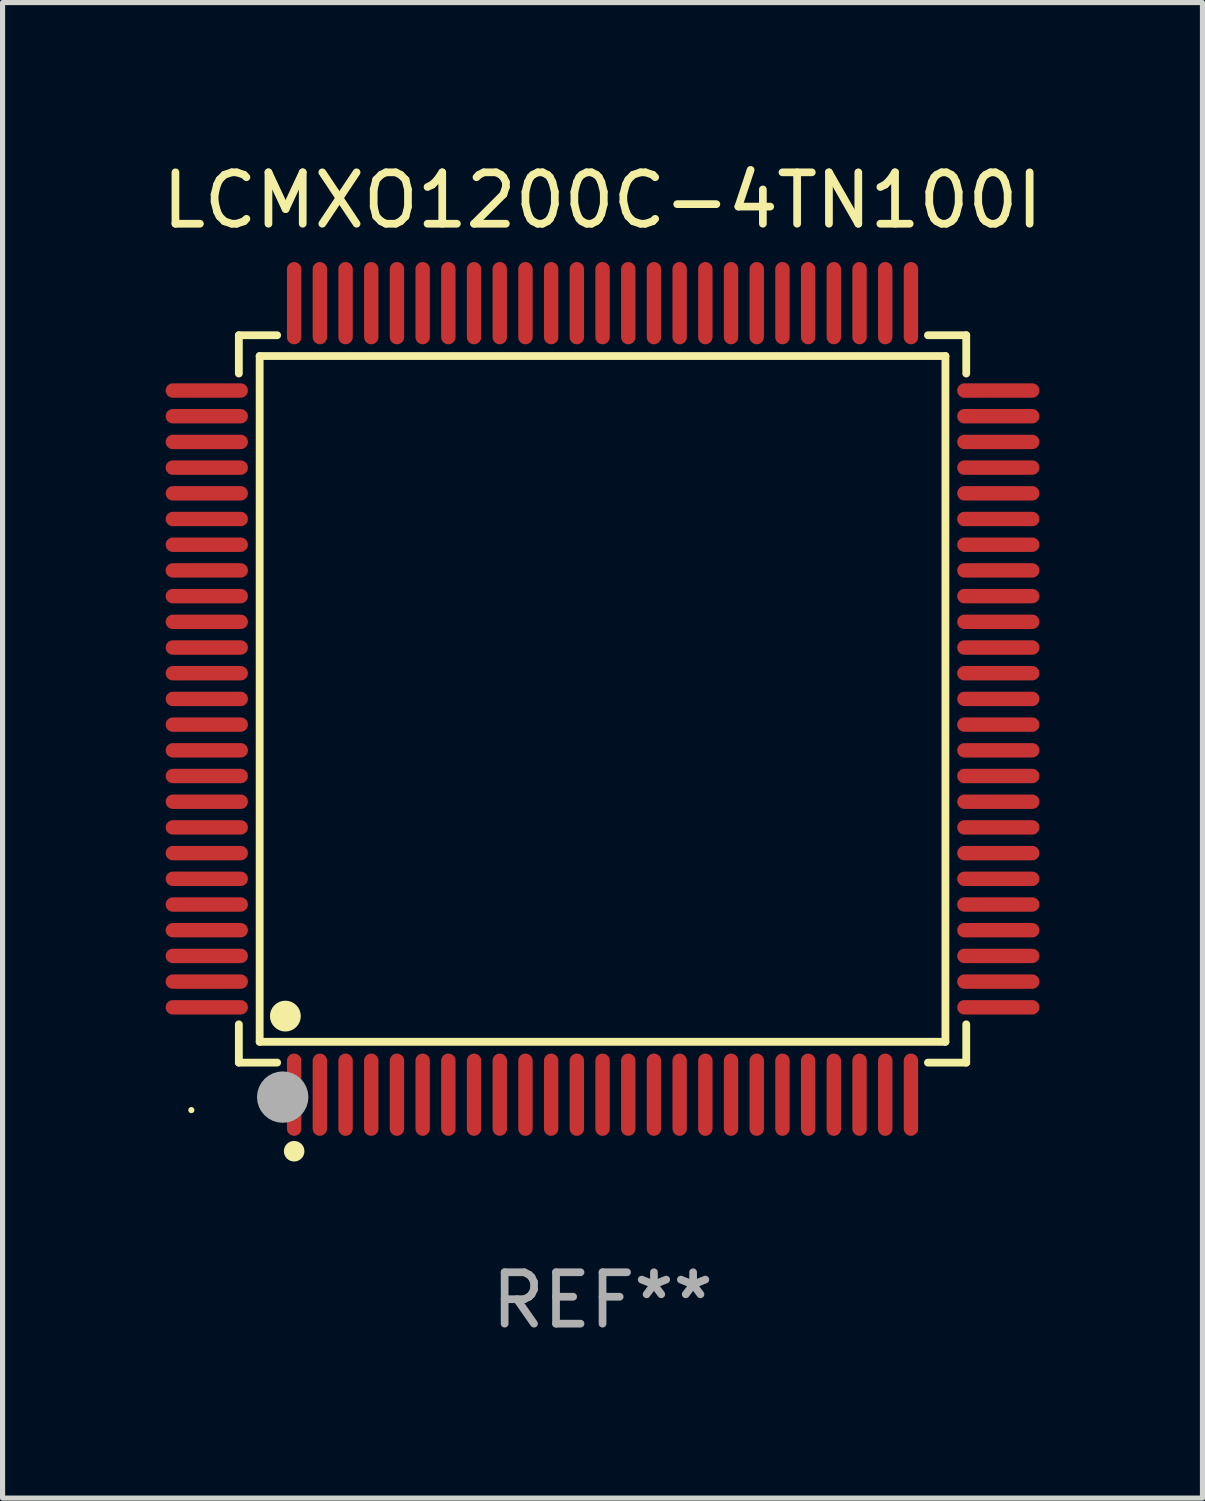
<source format=kicad_pcb>
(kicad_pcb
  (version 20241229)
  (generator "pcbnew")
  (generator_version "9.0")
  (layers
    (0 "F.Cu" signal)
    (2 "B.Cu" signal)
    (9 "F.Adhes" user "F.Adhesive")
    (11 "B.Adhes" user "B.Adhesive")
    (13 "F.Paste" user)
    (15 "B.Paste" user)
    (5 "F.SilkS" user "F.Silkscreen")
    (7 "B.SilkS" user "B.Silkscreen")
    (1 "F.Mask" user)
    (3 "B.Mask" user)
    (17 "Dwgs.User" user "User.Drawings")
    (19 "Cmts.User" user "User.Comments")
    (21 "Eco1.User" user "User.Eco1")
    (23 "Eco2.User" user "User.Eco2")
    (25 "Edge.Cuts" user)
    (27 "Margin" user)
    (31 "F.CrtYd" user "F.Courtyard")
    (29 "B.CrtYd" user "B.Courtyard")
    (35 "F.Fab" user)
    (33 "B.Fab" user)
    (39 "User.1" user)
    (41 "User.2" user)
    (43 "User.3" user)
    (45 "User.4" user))
  (footprint "LCMXO1200C-4TN100I"
    (layer "F.Cu")
    (at 8.673 10.548)
    (property "Reference" "LCMXO1200C-4TN100I" (at 0 -9.7 0) (layer "F.SilkS") (effects (font (size 1 1) (thickness 0.15))))
    (attr through_hole)
    (fp_line (start -7.076 -7.076) (end -6.331 -7.076) (stroke (width 0.152) (type solid)) (layer "F.SilkS"))
    (fp_line (start -7.076 -6.331) (end -7.076 -7.076) (stroke (width 0.152) (type solid)) (layer "F.SilkS"))
    (fp_line (start -7.076 6.331) (end -7.076 7.076) (stroke (width 0.152) (type solid)) (layer "F.SilkS"))
    (fp_line (start -7.076 7.076) (end -6.331 7.076) (stroke (width 0.152) (type solid)) (layer "F.SilkS"))
    (fp_line (start -6.671 -6.671) (end 6.671 -6.671) (stroke (width 0.152) (type solid)) (layer "F.SilkS"))
    (fp_line (start -6.671 6.671) (end -6.671 -6.671) (stroke (width 0.152) (type solid)) (layer "F.SilkS"))
    (fp_line (start 6.671 -6.671) (end 6.671 6.671) (stroke (width 0.152) (type solid)) (layer "F.SilkS"))
    (fp_line (start 6.671 6.671) (end -6.671 6.671) (stroke (width 0.152) (type solid)) (layer "F.SilkS"))
    (fp_line (start 7.076 -7.076) (end 6.331 -7.076) (stroke (width 0.152) (type solid)) (layer "F.SilkS"))
    (fp_line (start 7.076 -6.331) (end 7.076 -7.076) (stroke (width 0.152) (type solid)) (layer "F.SilkS"))
    (fp_line (start 7.076 6.331) (end 7.076 7.076) (stroke (width 0.152) (type solid)) (layer "F.SilkS"))
    (fp_line (start 7.076 7.076) (end 6.331 7.076) (stroke (width 0.152) (type solid)) (layer "F.SilkS"))
    (fp_circle (center -8 8) (end -7.97 8) (stroke (width 0.06) (type solid)) (fill no) (layer "F.SilkS"))
    (fp_circle (center -6.171 6.171) (end -6.021 6.171) (stroke (width 0.3) (type solid)) (fill no) (layer "F.SilkS"))
    (fp_circle (center -6 8.8) (end -5.9 8.8) (stroke (width 0.2) (type solid)) (fill no) (layer "F.SilkS"))
    (fp_circle (center -6.223 7.747) (end -5.973 7.747) (stroke (width 0.5) (type solid)) (fill no) (layer "F.Fab"))
    (fp_text user "REF**" (at 0 11.7 0) (layer "F.Fab") (effects (font (size 1 1) (thickness 0.15))))
    (pad "1" smd oval (at -6 7.7) (size 0.28 1.6) (layers "F.Cu" "F.Mask" "F.Paste"))
    (pad "2" smd oval (at -5.5 7.7) (size 0.28 1.6) (layers "F.Cu" "F.Mask" "F.Paste"))
    (pad "3" smd oval (at -5 7.7) (size 0.28 1.6) (layers "F.Cu" "F.Mask" "F.Paste"))
    (pad "4" smd oval (at -4.5 7.7) (size 0.28 1.6) (layers "F.Cu" "F.Mask" "F.Paste"))
    (pad "5" smd oval (at -4 7.7) (size 0.28 1.6) (layers "F.Cu" "F.Mask" "F.Paste"))
    (pad "6" smd oval (at -3.5 7.7) (size 0.28 1.6) (layers "F.Cu" "F.Mask" "F.Paste"))
    (pad "7" smd oval (at -3 7.7) (size 0.28 1.6) (layers "F.Cu" "F.Mask" "F.Paste"))
    (pad "8" smd oval (at -2.5 7.7) (size 0.28 1.6) (layers "F.Cu" "F.Mask" "F.Paste"))
    (pad "9" smd oval (at -2 7.7) (size 0.28 1.6) (layers "F.Cu" "F.Mask" "F.Paste"))
    (pad "10" smd oval (at -1.5 7.7) (size 0.28 1.6) (layers "F.Cu" "F.Mask" "F.Paste"))
    (pad "11" smd oval (at -1 7.7) (size 0.28 1.6) (layers "F.Cu" "F.Mask" "F.Paste"))
    (pad "12" smd oval (at -0.5 7.7) (size 0.28 1.6) (layers "F.Cu" "F.Mask" "F.Paste"))
    (pad "13" smd oval (at 0 7.7) (size 0.28 1.6) (layers "F.Cu" "F.Mask" "F.Paste"))
    (pad "14" smd oval (at 0.5 7.7) (size 0.28 1.6) (layers "F.Cu" "F.Mask" "F.Paste"))
    (pad "15" smd oval (at 1 7.7) (size 0.28 1.6) (layers "F.Cu" "F.Mask" "F.Paste"))
    (pad "16" smd oval (at 1.5 7.7) (size 0.28 1.6) (layers "F.Cu" "F.Mask" "F.Paste"))
    (pad "17" smd oval (at 2 7.7) (size 0.28 1.6) (layers "F.Cu" "F.Mask" "F.Paste"))
    (pad "18" smd oval (at 2.5 7.7) (size 0.28 1.6) (layers "F.Cu" "F.Mask" "F.Paste"))
    (pad "19" smd oval (at 3 7.7) (size 0.28 1.6) (layers "F.Cu" "F.Mask" "F.Paste"))
    (pad "20" smd oval (at 3.5 7.7) (size 0.28 1.6) (layers "F.Cu" "F.Mask" "F.Paste"))
    (pad "21" smd oval (at 4 7.7) (size 0.28 1.6) (layers "F.Cu" "F.Mask" "F.Paste"))
    (pad "22" smd oval (at 4.5 7.7) (size 0.28 1.6) (layers "F.Cu" "F.Mask" "F.Paste"))
    (pad "23" smd oval (at 5 7.7) (size 0.28 1.6) (layers "F.Cu" "F.Mask" "F.Paste"))
    (pad "24" smd oval (at 5.5 7.7) (size 0.28 1.6) (layers "F.Cu" "F.Mask" "F.Paste"))
    (pad "25" smd oval (at 6 7.7) (size 0.28 1.6) (layers "F.Cu" "F.Mask" "F.Paste"))
    (pad "26" smd oval (at 7.7 6) (size 1.6 0.28) (layers "F.Cu" "F.Mask" "F.Paste"))
    (pad "27" smd oval (at 7.7 5.5) (size 1.6 0.28) (layers "F.Cu" "F.Mask" "F.Paste"))
    (pad "28" smd oval (at 7.7 5) (size 1.6 0.28) (layers "F.Cu" "F.Mask" "F.Paste"))
    (pad "29" smd oval (at 7.7 4.5) (size 1.6 0.28) (layers "F.Cu" "F.Mask" "F.Paste"))
    (pad "30" smd oval (at 7.7 4) (size 1.6 0.28) (layers "F.Cu" "F.Mask" "F.Paste"))
    (pad "31" smd oval (at 7.7 3.5) (size 1.6 0.28) (layers "F.Cu" "F.Mask" "F.Paste"))
    (pad "32" smd oval (at 7.7 3) (size 1.6 0.28) (layers "F.Cu" "F.Mask" "F.Paste"))
    (pad "33" smd oval (at 7.7 2.5) (size 1.6 0.28) (layers "F.Cu" "F.Mask" "F.Paste"))
    (pad "34" smd oval (at 7.7 2) (size 1.6 0.28) (layers "F.Cu" "F.Mask" "F.Paste"))
    (pad "35" smd oval (at 7.7 1.5) (size 1.6 0.28) (layers "F.Cu" "F.Mask" "F.Paste"))
    (pad "36" smd oval (at 7.7 1) (size 1.6 0.28) (layers "F.Cu" "F.Mask" "F.Paste"))
    (pad "37" smd oval (at 7.7 0.5) (size 1.6 0.28) (layers "F.Cu" "F.Mask" "F.Paste"))
    (pad "38" smd oval (at 7.7 0) (size 1.6 0.28) (layers "F.Cu" "F.Mask" "F.Paste"))
    (pad "39" smd oval (at 7.7 -0.5) (size 1.6 0.28) (layers "F.Cu" "F.Mask" "F.Paste"))
    (pad "40" smd oval (at 7.7 -1) (size 1.6 0.28) (layers "F.Cu" "F.Mask" "F.Paste"))
    (pad "41" smd oval (at 7.7 -1.5) (size 1.6 0.28) (layers "F.Cu" "F.Mask" "F.Paste"))
    (pad "42" smd oval (at 7.7 -2) (size 1.6 0.28) (layers "F.Cu" "F.Mask" "F.Paste"))
    (pad "43" smd oval (at 7.7 -2.5) (size 1.6 0.28) (layers "F.Cu" "F.Mask" "F.Paste"))
    (pad "44" smd oval (at 7.7 -3) (size 1.6 0.28) (layers "F.Cu" "F.Mask" "F.Paste"))
    (pad "45" smd oval (at 7.7 -3.5) (size 1.6 0.28) (layers "F.Cu" "F.Mask" "F.Paste"))
    (pad "46" smd oval (at 7.7 -4) (size 1.6 0.28) (layers "F.Cu" "F.Mask" "F.Paste"))
    (pad "47" smd oval (at 7.7 -4.5) (size 1.6 0.28) (layers "F.Cu" "F.Mask" "F.Paste"))
    (pad "48" smd oval (at 7.7 -5) (size 1.6 0.28) (layers "F.Cu" "F.Mask" "F.Paste"))
    (pad "49" smd oval (at 7.7 -5.5) (size 1.6 0.28) (layers "F.Cu" "F.Mask" "F.Paste"))
    (pad "50" smd oval (at 7.7 -6) (size 1.6 0.28) (layers "F.Cu" "F.Mask" "F.Paste"))
    (pad "51" smd oval (at 6 -7.7) (size 0.28 1.6) (layers "F.Cu" "F.Mask" "F.Paste"))
    (pad "52" smd oval (at 5.5 -7.7) (size 0.28 1.6) (layers "F.Cu" "F.Mask" "F.Paste"))
    (pad "53" smd oval (at 5 -7.7) (size 0.28 1.6) (layers "F.Cu" "F.Mask" "F.Paste"))
    (pad "54" smd oval (at 4.5 -7.7) (size 0.28 1.6) (layers "F.Cu" "F.Mask" "F.Paste"))
    (pad "55" smd oval (at 4 -7.7) (size 0.28 1.6) (layers "F.Cu" "F.Mask" "F.Paste"))
    (pad "56" smd oval (at 3.5 -7.7) (size 0.28 1.6) (layers "F.Cu" "F.Mask" "F.Paste"))
    (pad "57" smd oval (at 3 -7.7) (size 0.28 1.6) (layers "F.Cu" "F.Mask" "F.Paste"))
    (pad "58" smd oval (at 2.5 -7.7) (size 0.28 1.6) (layers "F.Cu" "F.Mask" "F.Paste"))
    (pad "59" smd oval (at 2 -7.7) (size 0.28 1.6) (layers "F.Cu" "F.Mask" "F.Paste"))
    (pad "60" smd oval (at 1.5 -7.7) (size 0.28 1.6) (layers "F.Cu" "F.Mask" "F.Paste"))
    (pad "61" smd oval (at 1 -7.7) (size 0.28 1.6) (layers "F.Cu" "F.Mask" "F.Paste"))
    (pad "62" smd oval (at 0.5 -7.7) (size 0.28 1.6) (layers "F.Cu" "F.Mask" "F.Paste"))
    (pad "63" smd oval (at 0 -7.7) (size 0.28 1.6) (layers "F.Cu" "F.Mask" "F.Paste"))
    (pad "64" smd oval (at -0.5 -7.7) (size 0.28 1.6) (layers "F.Cu" "F.Mask" "F.Paste"))
    (pad "65" smd oval (at -1 -7.7) (size 0.28 1.6) (layers "F.Cu" "F.Mask" "F.Paste"))
    (pad "66" smd oval (at -1.5 -7.7) (size 0.28 1.6) (layers "F.Cu" "F.Mask" "F.Paste"))
    (pad "67" smd oval (at -2 -7.7) (size 0.28 1.6) (layers "F.Cu" "F.Mask" "F.Paste"))
    (pad "68" smd oval (at -2.5 -7.7) (size 0.28 1.6) (layers "F.Cu" "F.Mask" "F.Paste"))
    (pad "69" smd oval (at -3 -7.7) (size 0.28 1.6) (layers "F.Cu" "F.Mask" "F.Paste"))
    (pad "70" smd oval (at -3.5 -7.7) (size 0.28 1.6) (layers "F.Cu" "F.Mask" "F.Paste"))
    (pad "71" smd oval (at -4 -7.7) (size 0.28 1.6) (layers "F.Cu" "F.Mask" "F.Paste"))
    (pad "72" smd oval (at -4.5 -7.7) (size 0.28 1.6) (layers "F.Cu" "F.Mask" "F.Paste"))
    (pad "73" smd oval (at -5 -7.7) (size 0.28 1.6) (layers "F.Cu" "F.Mask" "F.Paste"))
    (pad "74" smd oval (at -5.5 -7.7) (size 0.28 1.6) (layers "F.Cu" "F.Mask" "F.Paste"))
    (pad "75" smd oval (at -6 -7.7) (size 0.28 1.6) (layers "F.Cu" "F.Mask" "F.Paste"))
    (pad "76" smd oval (at -7.7 -6) (size 1.6 0.28) (layers "F.Cu" "F.Mask" "F.Paste"))
    (pad "77" smd oval (at -7.7 -5.5) (size 1.6 0.28) (layers "F.Cu" "F.Mask" "F.Paste"))
    (pad "78" smd oval (at -7.7 -5) (size 1.6 0.28) (layers "F.Cu" "F.Mask" "F.Paste"))
    (pad "79" smd oval (at -7.7 -4.5) (size 1.6 0.28) (layers "F.Cu" "F.Mask" "F.Paste"))
    (pad "80" smd oval (at -7.7 -4) (size 1.6 0.28) (layers "F.Cu" "F.Mask" "F.Paste"))
    (pad "81" smd oval (at -7.7 -3.5) (size 1.6 0.28) (layers "F.Cu" "F.Mask" "F.Paste"))
    (pad "82" smd oval (at -7.7 -3) (size 1.6 0.28) (layers "F.Cu" "F.Mask" "F.Paste"))
    (pad "83" smd oval (at -7.7 -2.5) (size 1.6 0.28) (layers "F.Cu" "F.Mask" "F.Paste"))
    (pad "84" smd oval (at -7.7 -2) (size 1.6 0.28) (layers "F.Cu" "F.Mask" "F.Paste"))
    (pad "85" smd oval (at -7.7 -1.5) (size 1.6 0.28) (layers "F.Cu" "F.Mask" "F.Paste"))
    (pad "86" smd oval (at -7.7 -1) (size 1.6 0.28) (layers "F.Cu" "F.Mask" "F.Paste"))
    (pad "87" smd oval (at -7.7 -0.5) (size 1.6 0.28) (layers "F.Cu" "F.Mask" "F.Paste"))
    (pad "88" smd oval (at -7.7 0) (size 1.6 0.28) (layers "F.Cu" "F.Mask" "F.Paste"))
    (pad "89" smd oval (at -7.7 0.5) (size 1.6 0.28) (layers "F.Cu" "F.Mask" "F.Paste"))
    (pad "90" smd oval (at -7.7 1) (size 1.6 0.28) (layers "F.Cu" "F.Mask" "F.Paste"))
    (pad "91" smd oval (at -7.7 1.5) (size 1.6 0.28) (layers "F.Cu" "F.Mask" "F.Paste"))
    (pad "92" smd oval (at -7.7 2) (size 1.6 0.28) (layers "F.Cu" "F.Mask" "F.Paste"))
    (pad "93" smd oval (at -7.7 2.5) (size 1.6 0.28) (layers "F.Cu" "F.Mask" "F.Paste"))
    (pad "94" smd oval (at -7.7 3) (size 1.6 0.28) (layers "F.Cu" "F.Mask" "F.Paste"))
    (pad "95" smd oval (at -7.7 3.5) (size 1.6 0.28) (layers "F.Cu" "F.Mask" "F.Paste"))
    (pad "96" smd oval (at -7.7 4) (size 1.6 0.28) (layers "F.Cu" "F.Mask" "F.Paste"))
    (pad "97" smd oval (at -7.7 4.5) (size 1.6 0.28) (layers "F.Cu" "F.Mask" "F.Paste"))
    (pad "98" smd oval (at -7.7 5) (size 1.6 0.28) (layers "F.Cu" "F.Mask" "F.Paste"))
    (pad "99" smd oval (at -7.7 5.5) (size 1.6 0.28) (layers "F.Cu" "F.Mask" "F.Paste"))
    (pad "100" smd oval (at -7.7 6) (size 1.6 0.28) (layers "F.Cu" "F.Mask" "F.Paste")))
  (gr_rect
    (start -3 -3)
    (end 20.345 26.097)
    (stroke (width 0.1) (type default))
    (fill no)
    (layer "Edge.Cuts")))
</source>
